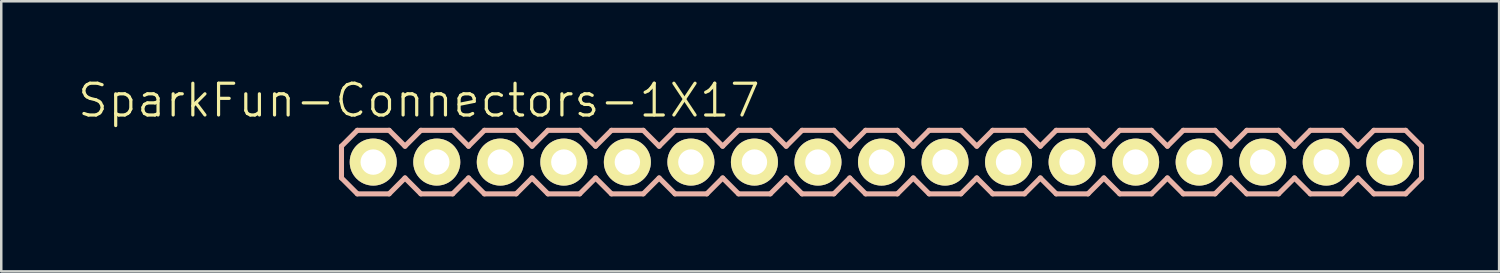
<source format=kicad_pcb>
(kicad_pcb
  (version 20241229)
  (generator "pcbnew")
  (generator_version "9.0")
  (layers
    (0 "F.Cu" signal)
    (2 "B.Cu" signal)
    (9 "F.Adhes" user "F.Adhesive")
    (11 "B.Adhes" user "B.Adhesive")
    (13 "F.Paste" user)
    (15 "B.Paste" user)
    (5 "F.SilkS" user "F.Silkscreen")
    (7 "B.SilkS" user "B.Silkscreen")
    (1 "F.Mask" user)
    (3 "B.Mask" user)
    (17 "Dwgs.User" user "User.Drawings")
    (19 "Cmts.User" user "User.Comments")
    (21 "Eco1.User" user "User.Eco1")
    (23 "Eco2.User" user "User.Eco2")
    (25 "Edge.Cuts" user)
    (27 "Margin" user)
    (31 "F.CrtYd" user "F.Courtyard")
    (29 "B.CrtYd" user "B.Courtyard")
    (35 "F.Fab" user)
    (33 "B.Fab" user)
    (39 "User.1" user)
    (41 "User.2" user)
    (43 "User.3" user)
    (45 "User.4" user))
  (footprint "SparkFun-Connectors-1X17"
    (layer "F.Cu")
    (at 11.872 3.43)
    (property "Reference" "SparkFun-Connectors-1X17" (at 1.829 -2.464 0) (layer "F.SilkS") (effects (font (size 1.27 1.27) (thickness 0.127))))
    (attr exclude_from_pos_files exclude_from_bom)
    (fp_line (start -0.254 -0.254) (end 0.254 -0.254) (stroke (width 0.066) (type solid)) (layer "F.SilkS"))
    (fp_line (start -0.254 0.254) (end -0.254 -0.254) (stroke (width 0.066) (type solid)) (layer "F.SilkS"))
    (fp_line (start -0.254 0.254) (end 0.254 0.254) (stroke (width 0.066) (type solid)) (layer "F.SilkS"))
    (fp_line (start 0.254 0.254) (end 0.254 -0.254) (stroke (width 0.066) (type solid)) (layer "F.SilkS"))
    (fp_line (start 2.286 -0.254) (end 2.794 -0.254) (stroke (width 0.066) (type solid)) (layer "F.SilkS"))
    (fp_line (start 2.286 0.254) (end 2.286 -0.254) (stroke (width 0.066) (type solid)) (layer "F.SilkS"))
    (fp_line (start 2.286 0.254) (end 2.794 0.254) (stroke (width 0.066) (type solid)) (layer "F.SilkS"))
    (fp_line (start 2.794 0.254) (end 2.794 -0.254) (stroke (width 0.066) (type solid)) (layer "F.SilkS"))
    (fp_line (start 4.826 -0.254) (end 5.334 -0.254) (stroke (width 0.066) (type solid)) (layer "F.SilkS"))
    (fp_line (start 4.826 0.254) (end 4.826 -0.254) (stroke (width 0.066) (type solid)) (layer "F.SilkS"))
    (fp_line (start 4.826 0.254) (end 5.334 0.254) (stroke (width 0.066) (type solid)) (layer "F.SilkS"))
    (fp_line (start 5.334 0.254) (end 5.334 -0.254) (stroke (width 0.066) (type solid)) (layer "F.SilkS"))
    (fp_line (start 7.366 -0.254) (end 7.874 -0.254) (stroke (width 0.066) (type solid)) (layer "F.SilkS"))
    (fp_line (start 7.366 0.254) (end 7.366 -0.254) (stroke (width 0.066) (type solid)) (layer "F.SilkS"))
    (fp_line (start 7.366 0.254) (end 7.874 0.254) (stroke (width 0.066) (type solid)) (layer "F.SilkS"))
    (fp_line (start 7.874 0.254) (end 7.874 -0.254) (stroke (width 0.066) (type solid)) (layer "F.SilkS"))
    (fp_line (start 9.906 -0.254) (end 10.414 -0.254) (stroke (width 0.066) (type solid)) (layer "F.SilkS"))
    (fp_line (start 9.906 0.254) (end 9.906 -0.254) (stroke (width 0.066) (type solid)) (layer "F.SilkS"))
    (fp_line (start 9.906 0.254) (end 10.414 0.254) (stroke (width 0.066) (type solid)) (layer "F.SilkS"))
    (fp_line (start 10.414 0.254) (end 10.414 -0.254) (stroke (width 0.066) (type solid)) (layer "F.SilkS"))
    (fp_line (start 12.446 -0.254) (end 12.954 -0.254) (stroke (width 0.066) (type solid)) (layer "F.SilkS"))
    (fp_line (start 12.446 0.254) (end 12.446 -0.254) (stroke (width 0.066) (type solid)) (layer "F.SilkS"))
    (fp_line (start 12.446 0.254) (end 12.954 0.254) (stroke (width 0.066) (type solid)) (layer "F.SilkS"))
    (fp_line (start 12.954 0.254) (end 12.954 -0.254) (stroke (width 0.066) (type solid)) (layer "F.SilkS"))
    (fp_line (start 14.986 -0.254) (end 15.494 -0.254) (stroke (width 0.066) (type solid)) (layer "F.SilkS"))
    (fp_line (start 14.986 0.254) (end 14.986 -0.254) (stroke (width 0.066) (type solid)) (layer "F.SilkS"))
    (fp_line (start 14.986 0.254) (end 15.494 0.254) (stroke (width 0.066) (type solid)) (layer "F.SilkS"))
    (fp_line (start 15.494 0.254) (end 15.494 -0.254) (stroke (width 0.066) (type solid)) (layer "F.SilkS"))
    (fp_line (start 17.523 -0.254) (end 18.034 -0.254) (stroke (width 0.066) (type solid)) (layer "F.SilkS"))
    (fp_line (start 17.523 0.254) (end 17.523 -0.254) (stroke (width 0.066) (type solid)) (layer "F.SilkS"))
    (fp_line (start 17.523 0.254) (end 18.034 0.254) (stroke (width 0.066) (type solid)) (layer "F.SilkS"))
    (fp_line (start 18.034 0.254) (end 18.034 -0.254) (stroke (width 0.066) (type solid)) (layer "F.SilkS"))
    (fp_line (start 20.066 -0.254) (end 20.574 -0.254) (stroke (width 0.066) (type solid)) (layer "F.SilkS"))
    (fp_line (start 20.066 0.254) (end 20.066 -0.254) (stroke (width 0.066) (type solid)) (layer "F.SilkS"))
    (fp_line (start 20.066 0.254) (end 20.574 0.254) (stroke (width 0.066) (type solid)) (layer "F.SilkS"))
    (fp_line (start 20.574 0.254) (end 20.574 -0.254) (stroke (width 0.066) (type solid)) (layer "F.SilkS"))
    (fp_line (start 22.606 -0.254) (end 23.114 -0.254) (stroke (width 0.066) (type solid)) (layer "F.SilkS"))
    (fp_line (start 22.606 0.254) (end 22.606 -0.254) (stroke (width 0.066) (type solid)) (layer "F.SilkS"))
    (fp_line (start 22.606 0.254) (end 23.114 0.254) (stroke (width 0.066) (type solid)) (layer "F.SilkS"))
    (fp_line (start 23.114 0.254) (end 23.114 -0.254) (stroke (width 0.066) (type solid)) (layer "F.SilkS"))
    (fp_line (start 25.146 -0.254) (end 25.654 -0.254) (stroke (width 0.066) (type solid)) (layer "F.SilkS"))
    (fp_line (start 25.146 0.254) (end 25.146 -0.254) (stroke (width 0.066) (type solid)) (layer "F.SilkS"))
    (fp_line (start 25.146 0.254) (end 25.654 0.254) (stroke (width 0.066) (type solid)) (layer "F.SilkS"))
    (fp_line (start 25.654 0.254) (end 25.654 -0.254) (stroke (width 0.066) (type solid)) (layer "F.SilkS"))
    (fp_line (start 27.686 -0.254) (end 28.194 -0.254) (stroke (width 0.066) (type solid)) (layer "F.SilkS"))
    (fp_line (start 27.686 0.254) (end 27.686 -0.254) (stroke (width 0.066) (type solid)) (layer "F.SilkS"))
    (fp_line (start 27.686 0.254) (end 28.194 0.254) (stroke (width 0.066) (type solid)) (layer "F.SilkS"))
    (fp_line (start 28.194 0.254) (end 28.194 -0.254) (stroke (width 0.066) (type solid)) (layer "F.SilkS"))
    (fp_line (start 30.226 -0.254) (end 30.734 -0.254) (stroke (width 0.066) (type solid)) (layer "F.SilkS"))
    (fp_line (start 30.226 0.254) (end 30.226 -0.254) (stroke (width 0.066) (type solid)) (layer "F.SilkS"))
    (fp_line (start 30.226 0.254) (end 30.734 0.254) (stroke (width 0.066) (type solid)) (layer "F.SilkS"))
    (fp_line (start 30.734 0.254) (end 30.734 -0.254) (stroke (width 0.066) (type solid)) (layer "F.SilkS"))
    (fp_line (start 32.766 -0.254) (end 33.274 -0.254) (stroke (width 0.066) (type solid)) (layer "F.SilkS"))
    (fp_line (start 32.766 0.254) (end 32.766 -0.254) (stroke (width 0.066) (type solid)) (layer "F.SilkS"))
    (fp_line (start 32.766 0.254) (end 33.274 0.254) (stroke (width 0.066) (type solid)) (layer "F.SilkS"))
    (fp_line (start 33.274 0.254) (end 33.274 -0.254) (stroke (width 0.066) (type solid)) (layer "F.SilkS"))
    (fp_line (start 35.303 -0.254) (end 35.814 -0.254) (stroke (width 0.066) (type solid)) (layer "F.SilkS"))
    (fp_line (start 35.303 0.254) (end 35.303 -0.254) (stroke (width 0.066) (type solid)) (layer "F.SilkS"))
    (fp_line (start 35.303 0.254) (end 35.814 0.254) (stroke (width 0.066) (type solid)) (layer "F.SilkS"))
    (fp_line (start 35.814 0.254) (end 35.814 -0.254) (stroke (width 0.066) (type solid)) (layer "F.SilkS"))
    (fp_line (start 37.846 -0.254) (end 38.354 -0.254) (stroke (width 0.066) (type solid)) (layer "F.SilkS"))
    (fp_line (start 37.846 0.254) (end 37.846 -0.254) (stroke (width 0.066) (type solid)) (layer "F.SilkS"))
    (fp_line (start 37.846 0.254) (end 38.354 0.254) (stroke (width 0.066) (type solid)) (layer "F.SilkS"))
    (fp_line (start 38.354 0.254) (end 38.354 -0.254) (stroke (width 0.066) (type solid)) (layer "F.SilkS"))
    (fp_line (start 40.386 -0.254) (end 40.894 -0.254) (stroke (width 0.066) (type solid)) (layer "F.SilkS"))
    (fp_line (start 40.386 0.254) (end 40.386 -0.254) (stroke (width 0.066) (type solid)) (layer "F.SilkS"))
    (fp_line (start 40.386 0.254) (end 40.894 0.254) (stroke (width 0.066) (type solid)) (layer "F.SilkS"))
    (fp_line (start 40.894 0.254) (end 40.894 -0.254) (stroke (width 0.066) (type solid)) (layer "F.SilkS"))
    (fp_line (start -1.27 -0.635) (end -1.27 0.635) (stroke (width 0.203) (type solid)) (layer "B.SilkS"))
    (fp_line (start -1.27 0.635) (end -0.635 1.27) (stroke (width 0.203) (type solid)) (layer "B.SilkS"))
    (fp_line (start -0.635 -1.27) (end -1.27 -0.635) (stroke (width 0.203) (type solid)) (layer "B.SilkS"))
    (fp_line (start -0.635 -1.27) (end 0.635 -1.27) (stroke (width 0.203) (type solid)) (layer "B.SilkS"))
    (fp_line (start 0.635 -1.27) (end 1.27 -0.635) (stroke (width 0.203) (type solid)) (layer "B.SilkS"))
    (fp_line (start 0.635 1.27) (end -0.635 1.27) (stroke (width 0.203) (type solid)) (layer "B.SilkS"))
    (fp_line (start 1.27 -0.635) (end 1.905 -1.27) (stroke (width 0.203) (type solid)) (layer "B.SilkS"))
    (fp_line (start 1.27 0.635) (end 0.635 1.27) (stroke (width 0.203) (type solid)) (layer "B.SilkS"))
    (fp_line (start 1.905 -1.27) (end 3.175 -1.27) (stroke (width 0.203) (type solid)) (layer "B.SilkS"))
    (fp_line (start 1.905 1.27) (end 1.27 0.635) (stroke (width 0.203) (type solid)) (layer "B.SilkS"))
    (fp_line (start 3.175 -1.27) (end 3.81 -0.635) (stroke (width 0.203) (type solid)) (layer "B.SilkS"))
    (fp_line (start 3.175 1.27) (end 1.905 1.27) (stroke (width 0.203) (type solid)) (layer "B.SilkS"))
    (fp_line (start 3.81 -0.635) (end 4.445 -1.27) (stroke (width 0.203) (type solid)) (layer "B.SilkS"))
    (fp_line (start 3.81 0.635) (end 3.175 1.27) (stroke (width 0.203) (type solid)) (layer "B.SilkS"))
    (fp_line (start 4.445 -1.27) (end 5.715 -1.27) (stroke (width 0.203) (type solid)) (layer "B.SilkS"))
    (fp_line (start 4.445 1.27) (end 3.81 0.635) (stroke (width 0.203) (type solid)) (layer "B.SilkS"))
    (fp_line (start 5.715 -1.27) (end 6.35 -0.635) (stroke (width 0.203) (type solid)) (layer "B.SilkS"))
    (fp_line (start 5.715 1.27) (end 4.445 1.27) (stroke (width 0.203) (type solid)) (layer "B.SilkS"))
    (fp_line (start 6.35 0.635) (end 5.715 1.27) (stroke (width 0.203) (type solid)) (layer "B.SilkS"))
    (fp_line (start 6.35 0.635) (end 6.985 1.27) (stroke (width 0.203) (type solid)) (layer "B.SilkS"))
    (fp_line (start 6.985 -1.27) (end 6.35 -0.635) (stroke (width 0.203) (type solid)) (layer "B.SilkS"))
    (fp_line (start 6.985 -1.27) (end 8.255 -1.27) (stroke (width 0.203) (type solid)) (layer "B.SilkS"))
    (fp_line (start 8.255 -1.27) (end 8.89 -0.635) (stroke (width 0.203) (type solid)) (layer "B.SilkS"))
    (fp_line (start 8.255 1.27) (end 6.985 1.27) (stroke (width 0.203) (type solid)) (layer "B.SilkS"))
    (fp_line (start 8.89 -0.635) (end 9.525 -1.27) (stroke (width 0.203) (type solid)) (layer "B.SilkS"))
    (fp_line (start 8.89 0.635) (end 8.255 1.27) (stroke (width 0.203) (type solid)) (layer "B.SilkS"))
    (fp_line (start 9.525 -1.27) (end 10.795 -1.27) (stroke (width 0.203) (type solid)) (layer "B.SilkS"))
    (fp_line (start 9.525 1.27) (end 8.89 0.635) (stroke (width 0.203) (type solid)) (layer "B.SilkS"))
    (fp_line (start 10.795 -1.27) (end 11.43 -0.635) (stroke (width 0.203) (type solid)) (layer "B.SilkS"))
    (fp_line (start 10.795 1.27) (end 9.525 1.27) (stroke (width 0.203) (type solid)) (layer "B.SilkS"))
    (fp_line (start 11.43 -0.635) (end 12.065 -1.27) (stroke (width 0.203) (type solid)) (layer "B.SilkS"))
    (fp_line (start 11.43 0.635) (end 10.795 1.27) (stroke (width 0.203) (type solid)) (layer "B.SilkS"))
    (fp_line (start 12.065 -1.27) (end 13.335 -1.27) (stroke (width 0.203) (type solid)) (layer "B.SilkS"))
    (fp_line (start 12.065 1.27) (end 11.43 0.635) (stroke (width 0.203) (type solid)) (layer "B.SilkS"))
    (fp_line (start 13.335 -1.27) (end 13.97 -0.635) (stroke (width 0.203) (type solid)) (layer "B.SilkS"))
    (fp_line (start 13.335 1.27) (end 12.065 1.27) (stroke (width 0.203) (type solid)) (layer "B.SilkS"))
    (fp_line (start 13.97 0.635) (end 13.335 1.27) (stroke (width 0.203) (type solid)) (layer "B.SilkS"))
    (fp_line (start 13.97 0.635) (end 14.605 1.27) (stroke (width 0.203) (type solid)) (layer "B.SilkS"))
    (fp_line (start 14.605 -1.27) (end 13.97 -0.635) (stroke (width 0.203) (type solid)) (layer "B.SilkS"))
    (fp_line (start 14.605 -1.27) (end 15.875 -1.27) (stroke (width 0.203) (type solid)) (layer "B.SilkS"))
    (fp_line (start 15.875 -1.27) (end 16.51 -0.635) (stroke (width 0.203) (type solid)) (layer "B.SilkS"))
    (fp_line (start 15.875 1.27) (end 14.605 1.27) (stroke (width 0.203) (type solid)) (layer "B.SilkS"))
    (fp_line (start 16.51 0.635) (end 15.875 1.27) (stroke (width 0.203) (type solid)) (layer "B.SilkS"))
    (fp_line (start 16.51 0.635) (end 17.145 1.27) (stroke (width 0.203) (type solid)) (layer "B.SilkS"))
    (fp_line (start 17.145 -1.27) (end 16.51 -0.635) (stroke (width 0.203) (type solid)) (layer "B.SilkS"))
    (fp_line (start 17.145 -1.27) (end 18.415 -1.27) (stroke (width 0.203) (type solid)) (layer "B.SilkS"))
    (fp_line (start 18.415 -1.27) (end 19.05 -0.635) (stroke (width 0.203) (type solid)) (layer "B.SilkS"))
    (fp_line (start 18.415 1.27) (end 17.145 1.27) (stroke (width 0.203) (type solid)) (layer "B.SilkS"))
    (fp_line (start 19.05 -0.635) (end 19.685 -1.27) (stroke (width 0.203) (type solid)) (layer "B.SilkS"))
    (fp_line (start 19.05 0.635) (end 18.415 1.27) (stroke (width 0.203) (type solid)) (layer "B.SilkS"))
    (fp_line (start 19.685 -1.27) (end 20.955 -1.27) (stroke (width 0.203) (type solid)) (layer "B.SilkS"))
    (fp_line (start 19.685 1.27) (end 19.05 0.635) (stroke (width 0.203) (type solid)) (layer "B.SilkS"))
    (fp_line (start 20.955 -1.27) (end 21.59 -0.635) (stroke (width 0.203) (type solid)) (layer "B.SilkS"))
    (fp_line (start 20.955 1.27) (end 19.685 1.27) (stroke (width 0.203) (type solid)) (layer "B.SilkS"))
    (fp_line (start 21.59 -0.635) (end 22.225 -1.27) (stroke (width 0.203) (type solid)) (layer "B.SilkS"))
    (fp_line (start 21.59 0.635) (end 20.955 1.27) (stroke (width 0.203) (type solid)) (layer "B.SilkS"))
    (fp_line (start 22.225 -1.27) (end 23.495 -1.27) (stroke (width 0.203) (type solid)) (layer "B.SilkS"))
    (fp_line (start 22.225 1.27) (end 21.59 0.635) (stroke (width 0.203) (type solid)) (layer "B.SilkS"))
    (fp_line (start 23.495 -1.27) (end 24.13 -0.635) (stroke (width 0.203) (type solid)) (layer "B.SilkS"))
    (fp_line (start 23.495 1.27) (end 22.225 1.27) (stroke (width 0.203) (type solid)) (layer "B.SilkS"))
    (fp_line (start 24.13 0.635) (end 23.495 1.27) (stroke (width 0.203) (type solid)) (layer "B.SilkS"))
    (fp_line (start 24.13 0.635) (end 24.765 1.27) (stroke (width 0.203) (type solid)) (layer "B.SilkS"))
    (fp_line (start 24.765 -1.27) (end 24.13 -0.635) (stroke (width 0.203) (type solid)) (layer "B.SilkS"))
    (fp_line (start 24.765 -1.27) (end 26.035 -1.27) (stroke (width 0.203) (type solid)) (layer "B.SilkS"))
    (fp_line (start 26.035 -1.27) (end 26.67 -0.635) (stroke (width 0.203) (type solid)) (layer "B.SilkS"))
    (fp_line (start 26.035 1.27) (end 24.765 1.27) (stroke (width 0.203) (type solid)) (layer "B.SilkS"))
    (fp_line (start 26.67 -0.635) (end 27.305 -1.27) (stroke (width 0.203) (type solid)) (layer "B.SilkS"))
    (fp_line (start 26.67 0.635) (end 26.035 1.27) (stroke (width 0.203) (type solid)) (layer "B.SilkS"))
    (fp_line (start 27.305 -1.27) (end 28.575 -1.27) (stroke (width 0.203) (type solid)) (layer "B.SilkS"))
    (fp_line (start 27.305 1.27) (end 26.67 0.635) (stroke (width 0.203) (type solid)) (layer "B.SilkS"))
    (fp_line (start 28.575 -1.27) (end 29.21 -0.635) (stroke (width 0.203) (type solid)) (layer "B.SilkS"))
    (fp_line (start 28.575 1.27) (end 27.305 1.27) (stroke (width 0.203) (type solid)) (layer "B.SilkS"))
    (fp_line (start 29.21 -0.635) (end 29.845 -1.27) (stroke (width 0.203) (type solid)) (layer "B.SilkS"))
    (fp_line (start 29.21 0.635) (end 28.575 1.27) (stroke (width 0.203) (type solid)) (layer "B.SilkS"))
    (fp_line (start 29.845 -1.27) (end 31.115 -1.27) (stroke (width 0.203) (type solid)) (layer "B.SilkS"))
    (fp_line (start 29.845 1.27) (end 29.21 0.635) (stroke (width 0.203) (type solid)) (layer "B.SilkS"))
    (fp_line (start 31.115 -1.27) (end 31.75 -0.635) (stroke (width 0.203) (type solid)) (layer "B.SilkS"))
    (fp_line (start 31.115 1.27) (end 29.845 1.27) (stroke (width 0.203) (type solid)) (layer "B.SilkS"))
    (fp_line (start 31.75 0.635) (end 31.115 1.27) (stroke (width 0.203) (type solid)) (layer "B.SilkS"))
    (fp_line (start 31.75 0.635) (end 32.385 1.27) (stroke (width 0.203) (type solid)) (layer "B.SilkS"))
    (fp_line (start 32.385 -1.27) (end 31.75 -0.635) (stroke (width 0.203) (type solid)) (layer "B.SilkS"))
    (fp_line (start 32.385 -1.27) (end 33.655 -1.27) (stroke (width 0.203) (type solid)) (layer "B.SilkS"))
    (fp_line (start 33.655 -1.27) (end 34.29 -0.635) (stroke (width 0.203) (type solid)) (layer "B.SilkS"))
    (fp_line (start 33.655 1.27) (end 32.385 1.27) (stroke (width 0.203) (type solid)) (layer "B.SilkS"))
    (fp_line (start 34.29 0.635) (end 33.655 1.27) (stroke (width 0.203) (type solid)) (layer "B.SilkS"))
    (fp_line (start 34.29 0.635) (end 34.925 1.27) (stroke (width 0.203) (type solid)) (layer "B.SilkS"))
    (fp_line (start 34.925 -1.27) (end 34.29 -0.635) (stroke (width 0.203) (type solid)) (layer "B.SilkS"))
    (fp_line (start 34.925 -1.27) (end 36.195 -1.27) (stroke (width 0.203) (type solid)) (layer "B.SilkS"))
    (fp_line (start 36.195 -1.27) (end 36.83 -0.635) (stroke (width 0.203) (type solid)) (layer "B.SilkS"))
    (fp_line (start 36.195 1.27) (end 34.925 1.27) (stroke (width 0.203) (type solid)) (layer "B.SilkS"))
    (fp_line (start 36.83 0.635) (end 36.195 1.27) (stroke (width 0.203) (type solid)) (layer "B.SilkS"))
    (fp_line (start 36.83 0.635) (end 37.465 1.27) (stroke (width 0.203) (type solid)) (layer "B.SilkS"))
    (fp_line (start 37.465 -1.27) (end 36.83 -0.635) (stroke (width 0.203) (type solid)) (layer "B.SilkS"))
    (fp_line (start 37.465 -1.27) (end 38.735 -1.27) (stroke (width 0.203) (type solid)) (layer "B.SilkS"))
    (fp_line (start 38.735 -1.27) (end 39.37 -0.635) (stroke (width 0.203) (type solid)) (layer "B.SilkS"))
    (fp_line (start 38.735 1.27) (end 37.465 1.27) (stroke (width 0.203) (type solid)) (layer "B.SilkS"))
    (fp_line (start 39.37 0.635) (end 38.735 1.27) (stroke (width 0.203) (type solid)) (layer "B.SilkS"))
    (fp_line (start 39.37 0.635) (end 40.005 1.27) (stroke (width 0.203) (type solid)) (layer "B.SilkS"))
    (fp_line (start 40.005 -1.27) (end 39.37 -0.635) (stroke (width 0.203) (type solid)) (layer "B.SilkS"))
    (fp_line (start 40.005 -1.27) (end 41.275 -1.27) (stroke (width 0.203) (type solid)) (layer "B.SilkS"))
    (fp_line (start 41.275 -1.27) (end 41.91 -0.635) (stroke (width 0.203) (type solid)) (layer "B.SilkS"))
    (fp_line (start 41.275 1.27) (end 40.005 1.27) (stroke (width 0.203) (type solid)) (layer "B.SilkS"))
    (fp_line (start 41.91 -0.635) (end 41.91 0.635) (stroke (width 0.203) (type solid)) (layer "B.SilkS"))
    (fp_line (start 41.91 0.635) (end 41.275 1.27) (stroke (width 0.203) (type solid)) (layer "B.SilkS"))
    (pad "1" thru_hole circle (at 0 0) (size 1.88 1.88) (drill 1.016) (layers "*.Cu" "F.Mask" "F.SilkS" "F.Paste"))
    (pad "2" thru_hole circle (at 2.54 0) (size 1.88 1.88) (drill 1.016) (layers "*.Cu" "F.Mask" "F.SilkS" "F.Paste"))
    (pad "3" thru_hole circle (at 5.08 0) (size 1.88 1.88) (drill 1.016) (layers "*.Cu" "F.Mask" "F.SilkS" "F.Paste"))
    (pad "4" thru_hole circle (at 7.62 0) (size 1.88 1.88) (drill 1.016) (layers "*.Cu" "F.Mask" "F.SilkS" "F.Paste"))
    (pad "5" thru_hole circle (at 10.16 0) (size 1.88 1.88) (drill 1.016) (layers "*.Cu" "F.Mask" "F.SilkS" "F.Paste"))
    (pad "6" thru_hole circle (at 12.7 0) (size 1.88 1.88) (drill 1.016) (layers "*.Cu" "F.Mask" "F.SilkS" "F.Paste"))
    (pad "7" thru_hole circle (at 15.24 0) (size 1.88 1.88) (drill 1.016) (layers "*.Cu" "F.Mask" "F.SilkS" "F.Paste"))
    (pad "8" thru_hole circle (at 17.78 0) (size 1.88 1.88) (drill 1.016) (layers "*.Cu" "F.Mask" "F.SilkS" "F.Paste"))
    (pad "9" thru_hole circle (at 20.32 0) (size 1.88 1.88) (drill 1.016) (layers "*.Cu" "F.Mask" "F.SilkS" "F.Paste"))
    (pad "10" thru_hole circle (at 22.86 0) (size 1.88 1.88) (drill 1.016) (layers "*.Cu" "F.Mask" "F.SilkS" "F.Paste"))
    (pad "11" thru_hole circle (at 25.4 0) (size 1.88 1.88) (drill 1.016) (layers "*.Cu" "F.Mask" "F.SilkS" "F.Paste"))
    (pad "12" thru_hole circle (at 27.94 0) (size 1.88 1.88) (drill 1.016) (layers "*.Cu" "F.Mask" "F.SilkS" "F.Paste"))
    (pad "13" thru_hole circle (at 30.48 0) (size 1.88 1.88) (drill 1.016) (layers "*.Cu" "F.Mask" "F.SilkS" "F.Paste"))
    (pad "14" thru_hole circle (at 33.02 0) (size 1.88 1.88) (drill 1.016) (layers "*.Cu" "F.Mask" "F.SilkS" "F.Paste"))
    (pad "15" thru_hole circle (at 35.56 0) (size 1.88 1.88) (drill 1.016) (layers "*.Cu" "F.Mask" "F.SilkS" "F.Paste"))
    (pad "16" thru_hole circle (at 38.1 0) (size 1.88 1.88) (drill 1.016) (layers "*.Cu" "F.Mask" "F.SilkS" "F.Paste"))
    (pad "17" thru_hole circle (at 40.64 0) (size 1.88 1.88) (drill 1.016) (layers "*.Cu" "F.Mask" "F.SilkS" "F.Paste")))
  (gr_rect
    (start -3 -3)
    (end 56.884 7.801)
    (stroke (width 0.1) (type default))
    (fill no)
    (layer "Edge.Cuts")))
</source>
